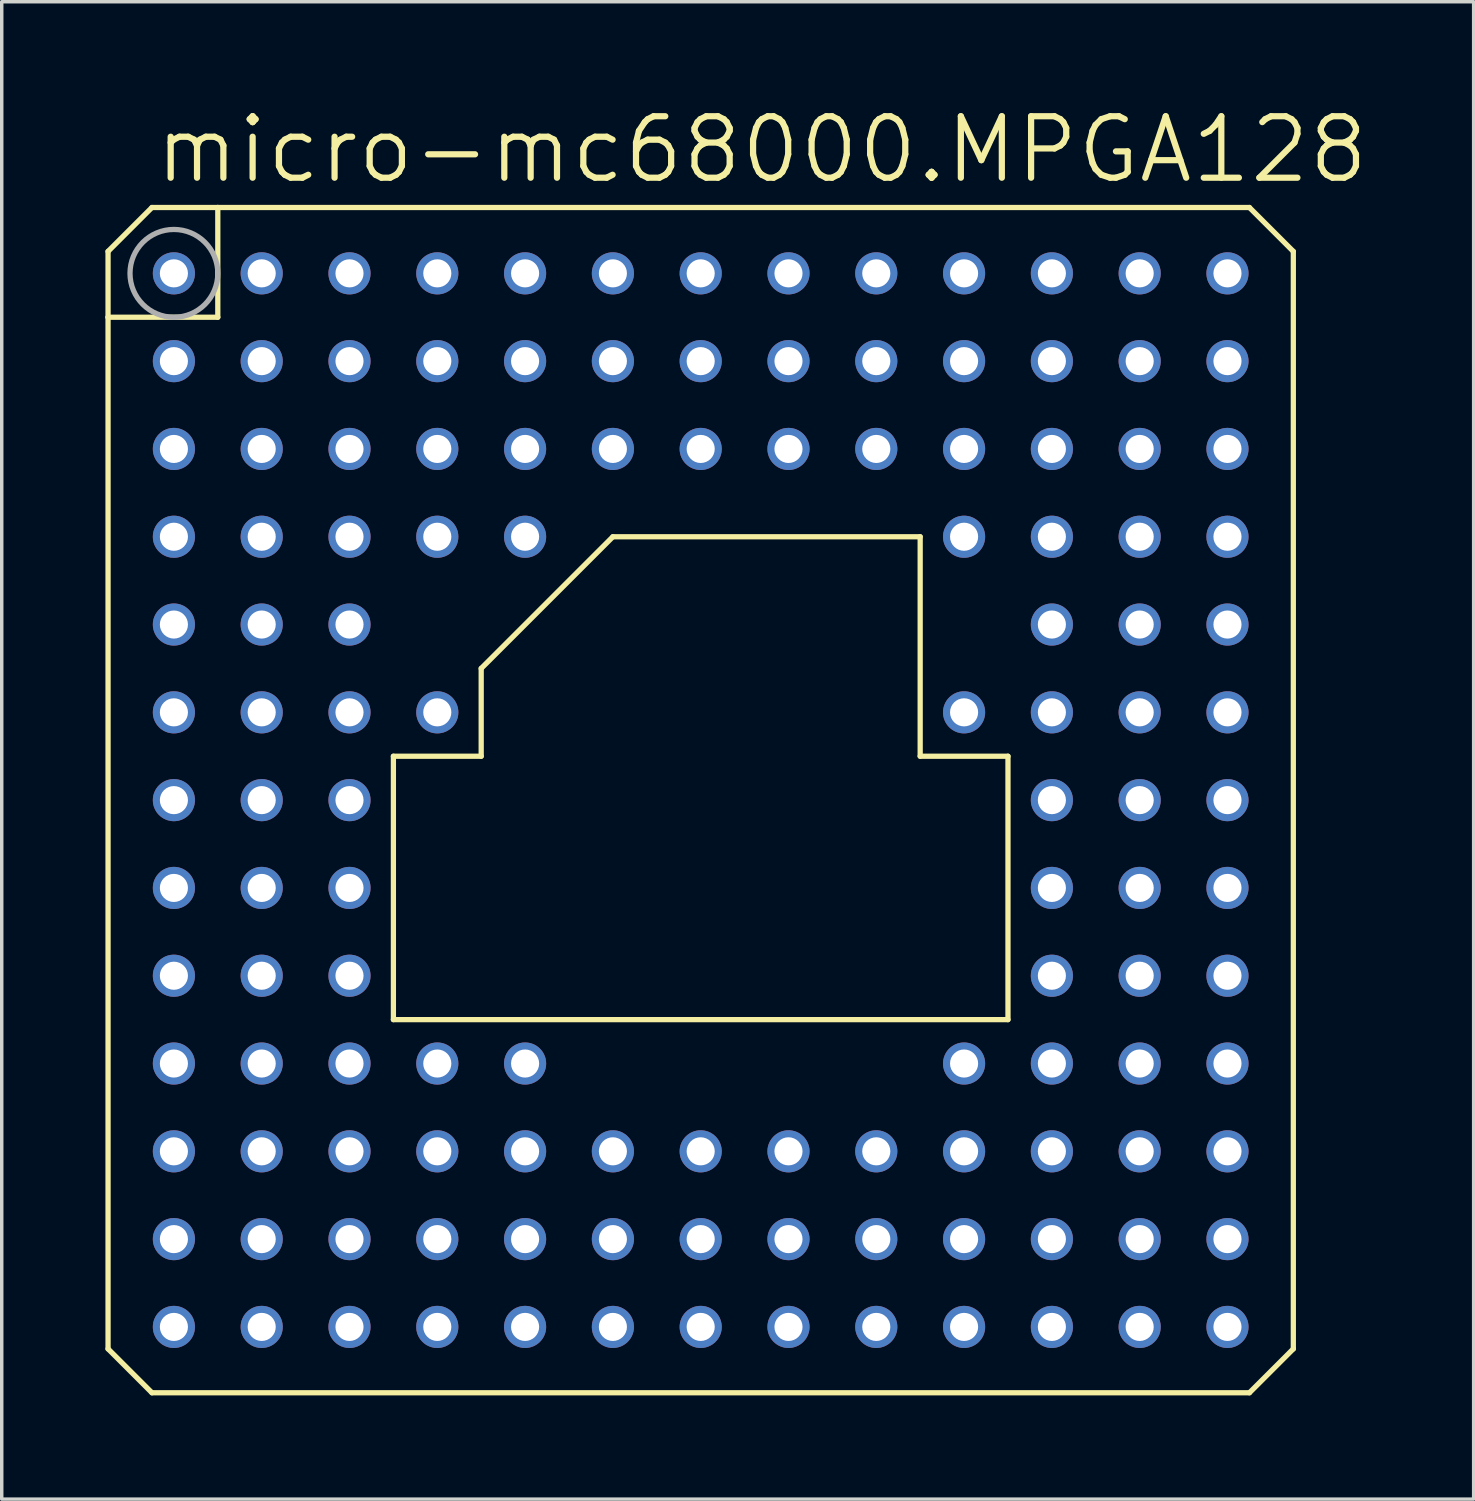
<source format=kicad_pcb>
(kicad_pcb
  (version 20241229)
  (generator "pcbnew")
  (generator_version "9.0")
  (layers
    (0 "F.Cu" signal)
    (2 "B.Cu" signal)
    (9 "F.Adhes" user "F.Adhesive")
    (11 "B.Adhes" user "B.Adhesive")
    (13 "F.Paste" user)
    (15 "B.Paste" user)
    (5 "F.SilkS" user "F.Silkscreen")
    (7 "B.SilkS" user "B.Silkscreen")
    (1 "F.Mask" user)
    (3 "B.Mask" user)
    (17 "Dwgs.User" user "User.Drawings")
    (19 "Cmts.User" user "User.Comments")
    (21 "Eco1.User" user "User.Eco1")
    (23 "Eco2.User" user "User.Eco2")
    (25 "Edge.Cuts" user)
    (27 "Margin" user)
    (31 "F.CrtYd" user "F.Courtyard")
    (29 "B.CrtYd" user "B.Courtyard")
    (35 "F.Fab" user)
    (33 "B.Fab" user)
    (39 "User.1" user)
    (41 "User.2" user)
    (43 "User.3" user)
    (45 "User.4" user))
  (footprint "micro-mc68000.MPGA128"
    (layer "F.Cu")
    (at 17.221 20.098)
    (property "Reference" "micro-mc68000.MPGA128" (at -15.875 -17.78 0) (layer "F.SilkS") (effects (font (size 1.778 1.778) (thickness 0.18)) (justify left bottom)))
    (attr through_hole)
    (fp_line (start -17.145 -15.875) (end -15.875 -17.145) (stroke (width 0.152) (type default)) (layer "F.SilkS"))
    (fp_line (start -17.145 -13.97) (end -17.145 -15.875) (stroke (width 0.152) (type default)) (layer "F.SilkS"))
    (fp_line (start -17.145 -13.97) (end -13.97 -13.97) (stroke (width 0.152) (type default)) (layer "F.SilkS"))
    (fp_line (start -17.145 15.875) (end -17.145 -13.97) (stroke (width 0.152) (type default)) (layer "F.SilkS"))
    (fp_line (start -15.875 -17.145) (end -13.97 -17.145) (stroke (width 0.152) (type default)) (layer "F.SilkS"))
    (fp_line (start -15.875 17.145) (end -17.145 15.875) (stroke (width 0.152) (type default)) (layer "F.SilkS"))
    (fp_line (start -13.97 -17.145) (end 15.875 -17.145) (stroke (width 0.152) (type default)) (layer "F.SilkS"))
    (fp_line (start -13.97 -13.97) (end -13.97 -17.145) (stroke (width 0.152) (type default)) (layer "F.SilkS"))
    (fp_line (start -8.89 6.35) (end -8.89 -1.27) (stroke (width 0.152) (type default)) (layer "F.SilkS"))
    (fp_line (start -6.35 -3.81) (end -2.54 -7.62) (stroke (width 0.152) (type default)) (layer "F.SilkS"))
    (fp_line (start -6.35 -1.27) (end -8.89 -1.27) (stroke (width 0.152) (type default)) (layer "F.SilkS"))
    (fp_line (start -6.35 -1.27) (end -6.35 -3.81) (stroke (width 0.152) (type default)) (layer "F.SilkS"))
    (fp_line (start -2.54 -7.62) (end 6.35 -7.62) (stroke (width 0.152) (type default)) (layer "F.SilkS"))
    (fp_line (start 6.35 -7.62) (end 6.35 -1.27) (stroke (width 0.152) (type default)) (layer "F.SilkS"))
    (fp_line (start 6.35 -1.27) (end 8.89 -1.27) (stroke (width 0.152) (type default)) (layer "F.SilkS"))
    (fp_line (start 8.89 -1.27) (end 8.89 6.35) (stroke (width 0.152) (type default)) (layer "F.SilkS"))
    (fp_line (start 8.89 6.35) (end -8.89 6.35) (stroke (width 0.152) (type default)) (layer "F.SilkS"))
    (fp_line (start 15.875 -17.145) (end 17.145 -15.875) (stroke (width 0.152) (type default)) (layer "F.SilkS"))
    (fp_line (start 15.875 17.145) (end -15.875 17.145) (stroke (width 0.152) (type default)) (layer "F.SilkS"))
    (fp_line (start 17.145 -15.875) (end 17.145 15.875) (stroke (width 0.152) (type default)) (layer "F.SilkS"))
    (fp_line (start 17.145 15.875) (end 15.875 17.145) (stroke (width 0.152) (type default)) (layer "F.SilkS"))
    (fp_circle (center -15.24 -15.24) (end -13.97 -15.24) (stroke (width 0.152) (type default)) (fill no) (layer "F.Fab"))
    (pad "A01" thru_hole circle (at -15.24 -15.24) (size 1.219 1.219) (drill 0.813) (layers "*.Cu" "*.Mask"))
    (pad "A02" thru_hole circle (at -12.7 -15.24) (size 1.219 1.219) (drill 0.813) (layers "*.Cu" "*.Mask"))
    (pad "A03" thru_hole circle (at -10.16 -15.24) (size 1.219 1.219) (drill 0.813) (layers "*.Cu" "*.Mask"))
    (pad "A04" thru_hole circle (at -7.62 -15.24) (size 1.219 1.219) (drill 0.813) (layers "*.Cu" "*.Mask"))
    (pad "A05" thru_hole circle (at -5.08 -15.24) (size 1.219 1.219) (drill 0.813) (layers "*.Cu" "*.Mask"))
    (pad "A06" thru_hole circle (at -2.54 -15.24) (size 1.219 1.219) (drill 0.813) (layers "*.Cu" "*.Mask"))
    (pad "A07" thru_hole circle (at 0 -15.24) (size 1.219 1.219) (drill 0.813) (layers "*.Cu" "*.Mask"))
    (pad "A08" thru_hole circle (at 2.54 -15.24) (size 1.219 1.219) (drill 0.813) (layers "*.Cu" "*.Mask"))
    (pad "A09" thru_hole circle (at 5.08 -15.24) (size 1.219 1.219) (drill 0.813) (layers "*.Cu" "*.Mask"))
    (pad "A10" thru_hole circle (at 7.62 -15.24) (size 1.219 1.219) (drill 0.813) (layers "*.Cu" "*.Mask"))
    (pad "A11" thru_hole circle (at 10.16 -15.24) (size 1.219 1.219) (drill 0.813) (layers "*.Cu" "*.Mask"))
    (pad "A12" thru_hole circle (at 12.7 -15.24) (size 1.219 1.219) (drill 0.813) (layers "*.Cu" "*.Mask"))
    (pad "A13" thru_hole circle (at 15.24 -15.24) (size 1.219 1.219) (drill 0.813) (layers "*.Cu" "*.Mask"))
    (pad "B01" thru_hole circle (at -15.24 -12.7) (size 1.219 1.219) (drill 0.813) (layers "*.Cu" "*.Mask"))
    (pad "B02" thru_hole circle (at -12.7 -12.7) (size 1.219 1.219) (drill 0.813) (layers "*.Cu" "*.Mask"))
    (pad "B03" thru_hole circle (at -10.16 -12.7) (size 1.219 1.219) (drill 0.813) (layers "*.Cu" "*.Mask"))
    (pad "B04" thru_hole circle (at -7.62 -12.7) (size 1.219 1.219) (drill 0.813) (layers "*.Cu" "*.Mask"))
    (pad "B05" thru_hole circle (at -5.08 -12.7) (size 1.219 1.219) (drill 0.813) (layers "*.Cu" "*.Mask"))
    (pad "B06" thru_hole circle (at -2.54 -12.7) (size 1.219 1.219) (drill 0.813) (layers "*.Cu" "*.Mask"))
    (pad "B07" thru_hole circle (at 0 -12.7) (size 1.219 1.219) (drill 0.813) (layers "*.Cu" "*.Mask"))
    (pad "B08" thru_hole circle (at 2.54 -12.7) (size 1.219 1.219) (drill 0.813) (layers "*.Cu" "*.Mask"))
    (pad "B09" thru_hole circle (at 5.08 -12.7) (size 1.219 1.219) (drill 0.813) (layers "*.Cu" "*.Mask"))
    (pad "B10" thru_hole circle (at 7.62 -12.7) (size 1.219 1.219) (drill 0.813) (layers "*.Cu" "*.Mask"))
    (pad "B11" thru_hole circle (at 10.16 -12.7) (size 1.219 1.219) (drill 0.813) (layers "*.Cu" "*.Mask"))
    (pad "B12" thru_hole circle (at 12.7 -12.7) (size 1.219 1.219) (drill 0.813) (layers "*.Cu" "*.Mask"))
    (pad "B13" thru_hole circle (at 15.24 -12.7) (size 1.219 1.219) (drill 0.813) (layers "*.Cu" "*.Mask"))
    (pad "C01" thru_hole circle (at -15.24 -10.16) (size 1.219 1.219) (drill 0.813) (layers "*.Cu" "*.Mask"))
    (pad "C02" thru_hole circle (at -12.7 -10.16) (size 1.219 1.219) (drill 0.813) (layers "*.Cu" "*.Mask"))
    (pad "C03" thru_hole circle (at -10.16 -10.16) (size 1.219 1.219) (drill 0.813) (layers "*.Cu" "*.Mask"))
    (pad "C04" thru_hole circle (at -7.62 -10.16) (size 1.219 1.219) (drill 0.813) (layers "*.Cu" "*.Mask"))
    (pad "C05" thru_hole circle (at -5.08 -10.16) (size 1.219 1.219) (drill 0.813) (layers "*.Cu" "*.Mask"))
    (pad "C06" thru_hole circle (at -2.54 -10.16) (size 1.219 1.219) (drill 0.813) (layers "*.Cu" "*.Mask"))
    (pad "C07" thru_hole circle (at 0 -10.16) (size 1.219 1.219) (drill 0.813) (layers "*.Cu" "*.Mask"))
    (pad "C08" thru_hole circle (at 2.54 -10.16) (size 1.219 1.219) (drill 0.813) (layers "*.Cu" "*.Mask"))
    (pad "C09" thru_hole circle (at 5.08 -10.16) (size 1.219 1.219) (drill 0.813) (layers "*.Cu" "*.Mask"))
    (pad "C10" thru_hole circle (at 7.62 -10.16) (size 1.219 1.219) (drill 0.813) (layers "*.Cu" "*.Mask"))
    (pad "C11" thru_hole circle (at 10.16 -10.16) (size 1.219 1.219) (drill 0.813) (layers "*.Cu" "*.Mask"))
    (pad "C12" thru_hole circle (at 12.7 -10.16) (size 1.219 1.219) (drill 0.813) (layers "*.Cu" "*.Mask"))
    (pad "C13" thru_hole circle (at 15.24 -10.16) (size 1.219 1.219) (drill 0.813) (layers "*.Cu" "*.Mask"))
    (pad "D01" thru_hole circle (at -15.24 -7.62) (size 1.219 1.219) (drill 0.813) (layers "*.Cu" "*.Mask"))
    (pad "D02" thru_hole circle (at -12.7 -7.62) (size 1.219 1.219) (drill 0.813) (layers "*.Cu" "*.Mask"))
    (pad "D03" thru_hole circle (at -10.16 -7.62) (size 1.219 1.219) (drill 0.813) (layers "*.Cu" "*.Mask"))
    (pad "D04" thru_hole circle (at -7.62 -7.62) (size 1.219 1.219) (drill 0.813) (layers "*.Cu" "*.Mask"))
    (pad "D05" thru_hole circle (at -5.08 -7.62) (size 1.219 1.219) (drill 0.813) (layers "*.Cu" "*.Mask"))
    (pad "D10" thru_hole circle (at 7.62 -7.62) (size 1.219 1.219) (drill 0.813) (layers "*.Cu" "*.Mask"))
    (pad "D11" thru_hole circle (at 10.16 -7.62) (size 1.219 1.219) (drill 0.813) (layers "*.Cu" "*.Mask"))
    (pad "D12" thru_hole circle (at 12.7 -7.62) (size 1.219 1.219) (drill 0.813) (layers "*.Cu" "*.Mask"))
    (pad "D13" thru_hole circle (at 15.24 -7.62) (size 1.219 1.219) (drill 0.813) (layers "*.Cu" "*.Mask"))
    (pad "E01" thru_hole circle (at -15.24 -5.08) (size 1.219 1.219) (drill 0.813) (layers "*.Cu" "*.Mask"))
    (pad "E02" thru_hole circle (at -12.7 -5.08) (size 1.219 1.219) (drill 0.813) (layers "*.Cu" "*.Mask"))
    (pad "E03" thru_hole circle (at -10.16 -5.08) (size 1.219 1.219) (drill 0.813) (layers "*.Cu" "*.Mask"))
    (pad "E11" thru_hole circle (at 10.16 -5.08) (size 1.219 1.219) (drill 0.813) (layers "*.Cu" "*.Mask"))
    (pad "E12" thru_hole circle (at 12.7 -5.08) (size 1.219 1.219) (drill 0.813) (layers "*.Cu" "*.Mask"))
    (pad "E13" thru_hole circle (at 15.24 -5.08) (size 1.219 1.219) (drill 0.813) (layers "*.Cu" "*.Mask"))
    (pad "F01" thru_hole circle (at -15.24 -2.54) (size 1.219 1.219) (drill 0.813) (layers "*.Cu" "*.Mask"))
    (pad "F02" thru_hole circle (at -12.7 -2.54) (size 1.219 1.219) (drill 0.813) (layers "*.Cu" "*.Mask"))
    (pad "F03" thru_hole circle (at -10.16 -2.54) (size 1.219 1.219) (drill 0.813) (layers "*.Cu" "*.Mask"))
    (pad "F04" thru_hole circle (at -7.62 -2.54) (size 1.219 1.219) (drill 0.813) (layers "*.Cu" "*.Mask"))
    (pad "F10" thru_hole circle (at 7.62 -2.54) (size 1.219 1.219) (drill 0.813) (layers "*.Cu" "*.Mask"))
    (pad "F11" thru_hole circle (at 10.16 -2.54) (size 1.219 1.219) (drill 0.813) (layers "*.Cu" "*.Mask"))
    (pad "F12" thru_hole circle (at 12.7 -2.54) (size 1.219 1.219) (drill 0.813) (layers "*.Cu" "*.Mask"))
    (pad "F13" thru_hole circle (at 15.24 -2.54) (size 1.219 1.219) (drill 0.813) (layers "*.Cu" "*.Mask"))
    (pad "G01" thru_hole circle (at -15.24 0) (size 1.219 1.219) (drill 0.813) (layers "*.Cu" "*.Mask"))
    (pad "G02" thru_hole circle (at -12.7 0) (size 1.219 1.219) (drill 0.813) (layers "*.Cu" "*.Mask"))
    (pad "G03" thru_hole circle (at -10.16 0) (size 1.219 1.219) (drill 0.813) (layers "*.Cu" "*.Mask"))
    (pad "G11" thru_hole circle (at 10.16 0) (size 1.219 1.219) (drill 0.813) (layers "*.Cu" "*.Mask"))
    (pad "G12" thru_hole circle (at 12.7 0) (size 1.219 1.219) (drill 0.813) (layers "*.Cu" "*.Mask"))
    (pad "G13" thru_hole circle (at 15.24 0) (size 1.219 1.219) (drill 0.813) (layers "*.Cu" "*.Mask"))
    (pad "H01" thru_hole circle (at -15.24 2.54) (size 1.219 1.219) (drill 0.813) (layers "*.Cu" "*.Mask"))
    (pad "H02" thru_hole circle (at -12.7 2.54) (size 1.219 1.219) (drill 0.813) (layers "*.Cu" "*.Mask"))
    (pad "H03" thru_hole circle (at -10.16 2.54) (size 1.219 1.219) (drill 0.813) (layers "*.Cu" "*.Mask"))
    (pad "H11" thru_hole circle (at 10.16 2.54) (size 1.219 1.219) (drill 0.813) (layers "*.Cu" "*.Mask"))
    (pad "H12" thru_hole circle (at 12.7 2.54) (size 1.219 1.219) (drill 0.813) (layers "*.Cu" "*.Mask"))
    (pad "H13" thru_hole circle (at 15.24 2.54) (size 1.219 1.219) (drill 0.813) (layers "*.Cu" "*.Mask"))
    (pad "J01" thru_hole circle (at -15.24 5.08) (size 1.219 1.219) (drill 0.813) (layers "*.Cu" "*.Mask"))
    (pad "J02" thru_hole circle (at -12.7 5.08) (size 1.219 1.219) (drill 0.813) (layers "*.Cu" "*.Mask"))
    (pad "J03" thru_hole circle (at -10.16 5.08) (size 1.219 1.219) (drill 0.813) (layers "*.Cu" "*.Mask"))
    (pad "J11" thru_hole circle (at 10.16 5.08) (size 1.219 1.219) (drill 0.813) (layers "*.Cu" "*.Mask"))
    (pad "J12" thru_hole circle (at 12.7 5.08) (size 1.219 1.219) (drill 0.813) (layers "*.Cu" "*.Mask"))
    (pad "J13" thru_hole circle (at 15.24 5.08) (size 1.219 1.219) (drill 0.813) (layers "*.Cu" "*.Mask"))
    (pad "K01" thru_hole circle (at -15.24 7.62) (size 1.219 1.219) (drill 0.813) (layers "*.Cu" "*.Mask"))
    (pad "K02" thru_hole circle (at -12.7 7.62) (size 1.219 1.219) (drill 0.813) (layers "*.Cu" "*.Mask"))
    (pad "K03" thru_hole circle (at -10.16 7.62) (size 1.219 1.219) (drill 0.813) (layers "*.Cu" "*.Mask"))
    (pad "K04" thru_hole circle (at -7.62 7.62) (size 1.219 1.219) (drill 0.813) (layers "*.Cu" "*.Mask"))
    (pad "K05" thru_hole circle (at -5.08 7.62) (size 1.219 1.219) (drill 0.813) (layers "*.Cu" "*.Mask"))
    (pad "K10" thru_hole circle (at 7.62 7.62) (size 1.219 1.219) (drill 0.813) (layers "*.Cu" "*.Mask"))
    (pad "K11" thru_hole circle (at 10.16 7.62) (size 1.219 1.219) (drill 0.813) (layers "*.Cu" "*.Mask"))
    (pad "K12" thru_hole circle (at 12.7 7.62) (size 1.219 1.219) (drill 0.813) (layers "*.Cu" "*.Mask"))
    (pad "K13" thru_hole circle (at 15.24 7.62) (size 1.219 1.219) (drill 0.813) (layers "*.Cu" "*.Mask"))
    (pad "L01" thru_hole circle (at -15.24 10.16) (size 1.219 1.219) (drill 0.813) (layers "*.Cu" "*.Mask"))
    (pad "L02" thru_hole circle (at -12.7 10.16) (size 1.219 1.219) (drill 0.813) (layers "*.Cu" "*.Mask"))
    (pad "L03" thru_hole circle (at -10.16 10.16) (size 1.219 1.219) (drill 0.813) (layers "*.Cu" "*.Mask"))
    (pad "L04" thru_hole circle (at -7.62 10.16) (size 1.219 1.219) (drill 0.813) (layers "*.Cu" "*.Mask"))
    (pad "L05" thru_hole circle (at -5.08 10.16) (size 1.219 1.219) (drill 0.813) (layers "*.Cu" "*.Mask"))
    (pad "L06" thru_hole circle (at -2.54 10.16) (size 1.219 1.219) (drill 0.813) (layers "*.Cu" "*.Mask"))
    (pad "L07" thru_hole circle (at 0 10.16) (size 1.219 1.219) (drill 0.813) (layers "*.Cu" "*.Mask"))
    (pad "L08" thru_hole circle (at 2.54 10.16) (size 1.219 1.219) (drill 0.813) (layers "*.Cu" "*.Mask"))
    (pad "L09" thru_hole circle (at 5.08 10.16) (size 1.219 1.219) (drill 0.813) (layers "*.Cu" "*.Mask"))
    (pad "L10" thru_hole circle (at 7.62 10.16) (size 1.219 1.219) (drill 0.813) (layers "*.Cu" "*.Mask"))
    (pad "L11" thru_hole circle (at 10.16 10.16) (size 1.219 1.219) (drill 0.813) (layers "*.Cu" "*.Mask"))
    (pad "L12" thru_hole circle (at 12.7 10.16) (size 1.219 1.219) (drill 0.813) (layers "*.Cu" "*.Mask"))
    (pad "L13" thru_hole circle (at 15.24 10.16) (size 1.219 1.219) (drill 0.813) (layers "*.Cu" "*.Mask"))
    (pad "M01" thru_hole circle (at -15.24 12.7) (size 1.219 1.219) (drill 0.813) (layers "*.Cu" "*.Mask"))
    (pad "M02" thru_hole circle (at -12.7 12.7) (size 1.219 1.219) (drill 0.813) (layers "*.Cu" "*.Mask"))
    (pad "M03" thru_hole circle (at -10.16 12.7) (size 1.219 1.219) (drill 0.813) (layers "*.Cu" "*.Mask"))
    (pad "M04" thru_hole circle (at -7.62 12.7) (size 1.219 1.219) (drill 0.813) (layers "*.Cu" "*.Mask"))
    (pad "M05" thru_hole circle (at -5.08 12.7) (size 1.219 1.219) (drill 0.813) (layers "*.Cu" "*.Mask"))
    (pad "M06" thru_hole circle (at -2.54 12.7) (size 1.219 1.219) (drill 0.813) (layers "*.Cu" "*.Mask"))
    (pad "M07" thru_hole circle (at 0 12.7) (size 1.219 1.219) (drill 0.813) (layers "*.Cu" "*.Mask"))
    (pad "M08" thru_hole circle (at 2.54 12.7) (size 1.219 1.219) (drill 0.813) (layers "*.Cu" "*.Mask"))
    (pad "M09" thru_hole circle (at 5.08 12.7) (size 1.219 1.219) (drill 0.813) (layers "*.Cu" "*.Mask"))
    (pad "M10" thru_hole circle (at 7.62 12.7) (size 1.219 1.219) (drill 0.813) (layers "*.Cu" "*.Mask"))
    (pad "M11" thru_hole circle (at 10.16 12.7) (size 1.219 1.219) (drill 0.813) (layers "*.Cu" "*.Mask"))
    (pad "M12" thru_hole circle (at 12.7 12.7) (size 1.219 1.219) (drill 0.813) (layers "*.Cu" "*.Mask"))
    (pad "M13" thru_hole circle (at 15.24 12.7) (size 1.219 1.219) (drill 0.813) (layers "*.Cu" "*.Mask"))
    (pad "N01" thru_hole circle (at -15.24 15.24) (size 1.219 1.219) (drill 0.813) (layers "*.Cu" "*.Mask"))
    (pad "N02" thru_hole circle (at -12.7 15.24) (size 1.219 1.219) (drill 0.813) (layers "*.Cu" "*.Mask"))
    (pad "N03" thru_hole circle (at -10.16 15.24) (size 1.219 1.219) (drill 0.813) (layers "*.Cu" "*.Mask"))
    (pad "N04" thru_hole circle (at -7.62 15.24) (size 1.219 1.219) (drill 0.813) (layers "*.Cu" "*.Mask"))
    (pad "N05" thru_hole circle (at -5.08 15.24) (size 1.219 1.219) (drill 0.813) (layers "*.Cu" "*.Mask"))
    (pad "N06" thru_hole circle (at -2.54 15.24) (size 1.219 1.219) (drill 0.813) (layers "*.Cu" "*.Mask"))
    (pad "N07" thru_hole circle (at 0 15.24) (size 1.219 1.219) (drill 0.813) (layers "*.Cu" "*.Mask"))
    (pad "N08" thru_hole circle (at 2.54 15.24) (size 1.219 1.219) (drill 0.813) (layers "*.Cu" "*.Mask"))
    (pad "N09" thru_hole circle (at 5.08 15.24) (size 1.219 1.219) (drill 0.813) (layers "*.Cu" "*.Mask"))
    (pad "N10" thru_hole circle (at 7.62 15.24) (size 1.219 1.219) (drill 0.813) (layers "*.Cu" "*.Mask"))
    (pad "N11" thru_hole circle (at 10.16 15.24) (size 1.219 1.219) (drill 0.813) (layers "*.Cu" "*.Mask"))
    (pad "N12" thru_hole circle (at 12.7 15.24) (size 1.219 1.219) (drill 0.813) (layers "*.Cu" "*.Mask"))
    (pad "N13" thru_hole circle (at 15.24 15.24) (size 1.219 1.219) (drill 0.813) (layers "*.Cu" "*.Mask")))
  (gr_rect
    (start -3 -3)
    (end 39.583 40.319)
    (stroke (width 0.1) (type default))
    (fill no)
    (layer "Edge.Cuts")))
</source>
